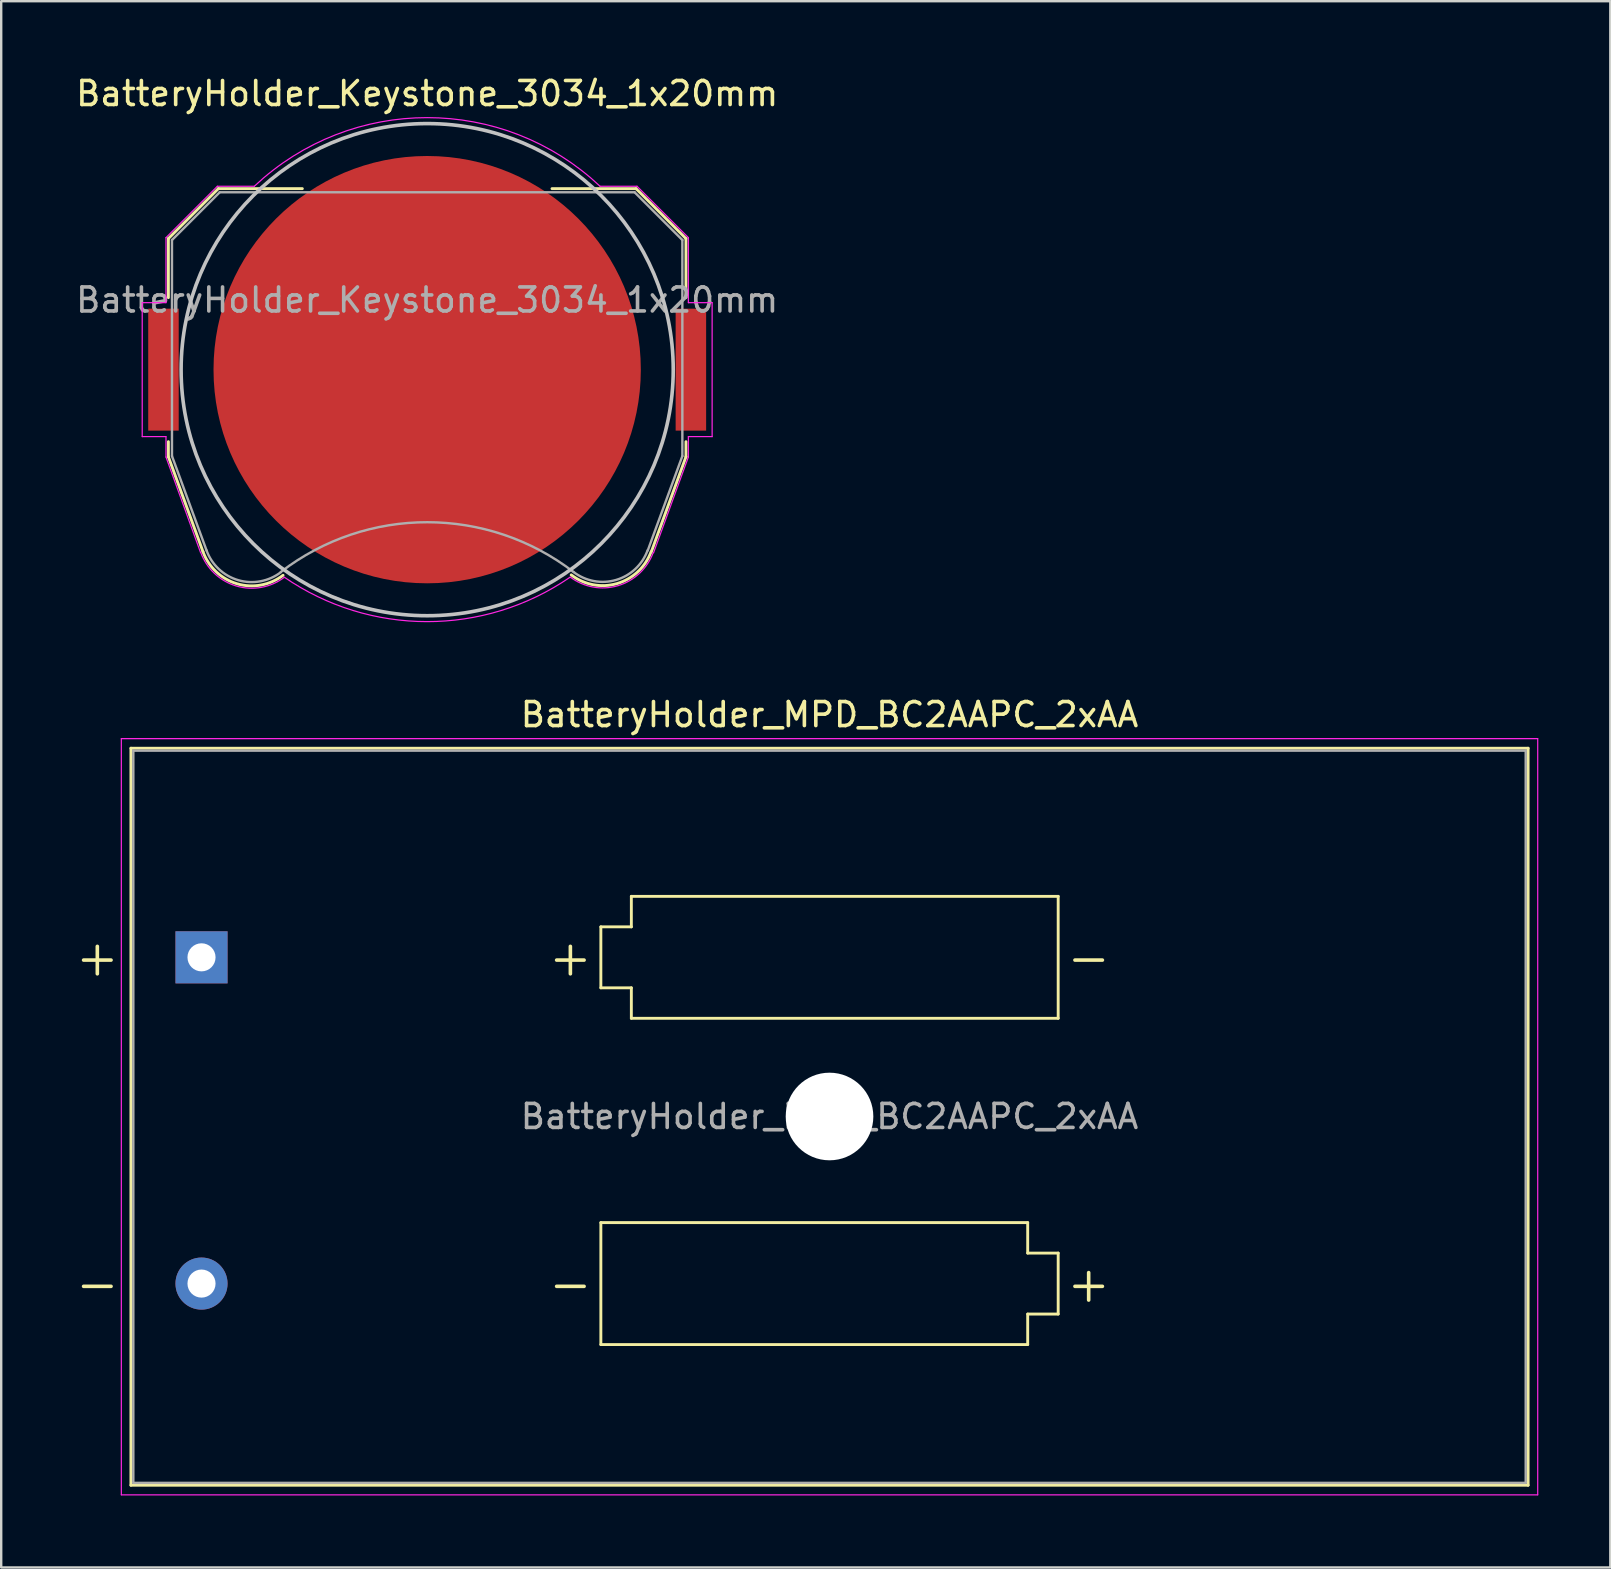
<source format=kicad_pcb>
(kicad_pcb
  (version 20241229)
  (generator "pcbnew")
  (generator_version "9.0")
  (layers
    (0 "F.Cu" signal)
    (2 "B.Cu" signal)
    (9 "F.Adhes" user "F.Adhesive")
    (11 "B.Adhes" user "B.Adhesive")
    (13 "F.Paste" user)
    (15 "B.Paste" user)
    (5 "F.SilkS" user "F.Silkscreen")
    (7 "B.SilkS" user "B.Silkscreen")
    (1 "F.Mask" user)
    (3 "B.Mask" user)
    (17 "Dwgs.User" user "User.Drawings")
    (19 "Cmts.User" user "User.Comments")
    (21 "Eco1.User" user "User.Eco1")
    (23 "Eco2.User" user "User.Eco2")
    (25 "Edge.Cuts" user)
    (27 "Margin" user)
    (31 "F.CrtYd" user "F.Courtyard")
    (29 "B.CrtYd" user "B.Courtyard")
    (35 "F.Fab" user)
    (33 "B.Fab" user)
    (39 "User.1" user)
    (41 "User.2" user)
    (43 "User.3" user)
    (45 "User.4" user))
  (footprint "BatteryHolder_MPD_BC2AAPC_2xAA"
    (layer "F.Cu")
    (at 5.344 36.828)
    (property "Reference" "BatteryHolder_MPD_BC2AAPC_2xAA" (at 26.16 -10.11 0) (layer "F.SilkS") (effects (font (size 1 1) (thickness 0.15))))
    (attr through_hole)
    (fp_line (start -2.94 -8.71) (end -2.94 21.99) (stroke (width 0.12) (type solid)) (layer "F.SilkS"))
    (fp_line (start -2.94 21.99) (end 55.26 21.99) (stroke (width 0.12) (type solid)) (layer "F.SilkS"))
    (fp_line (start 16.635 -1.27) (end 17.905 -1.27) (stroke (width 0.12) (type solid)) (layer "F.SilkS"))
    (fp_line (start 16.635 1.27) (end 16.635 -1.27) (stroke (width 0.12) (type solid)) (layer "F.SilkS"))
    (fp_line (start 16.635 11.05) (end 16.635 16.13) (stroke (width 0.12) (type solid)) (layer "F.SilkS"))
    (fp_line (start 16.635 16.13) (end 34.415 16.13) (stroke (width 0.12) (type solid)) (layer "F.SilkS"))
    (fp_line (start 17.905 -2.54) (end 35.685 -2.54) (stroke (width 0.12) (type solid)) (layer "F.SilkS"))
    (fp_line (start 17.905 -1.27) (end 17.905 -2.54) (stroke (width 0.12) (type solid)) (layer "F.SilkS"))
    (fp_line (start 17.905 1.27) (end 16.635 1.27) (stroke (width 0.12) (type solid)) (layer "F.SilkS"))
    (fp_line (start 17.905 2.54) (end 17.905 1.27) (stroke (width 0.12) (type solid)) (layer "F.SilkS"))
    (fp_line (start 34.415 11.05) (end 16.635 11.05) (stroke (width 0.12) (type solid)) (layer "F.SilkS"))
    (fp_line (start 34.415 12.32) (end 34.415 11.05) (stroke (width 0.12) (type solid)) (layer "F.SilkS"))
    (fp_line (start 34.415 14.86) (end 35.685 14.86) (stroke (width 0.12) (type solid)) (layer "F.SilkS"))
    (fp_line (start 34.415 16.13) (end 34.415 14.86) (stroke (width 0.12) (type solid)) (layer "F.SilkS"))
    (fp_line (start 35.685 -2.54) (end 35.685 2.54) (stroke (width 0.12) (type solid)) (layer "F.SilkS"))
    (fp_line (start 35.685 2.54) (end 17.905 2.54) (stroke (width 0.12) (type solid)) (layer "F.SilkS"))
    (fp_line (start 35.685 12.32) (end 34.415 12.32) (stroke (width 0.12) (type solid)) (layer "F.SilkS"))
    (fp_line (start 35.685 14.86) (end 35.685 12.32) (stroke (width 0.12) (type solid)) (layer "F.SilkS"))
    (fp_line (start 55.26 -8.71) (end -2.94 -8.71) (stroke (width 0.12) (type solid)) (layer "F.SilkS"))
    (fp_line (start 55.26 21.99) (end 55.26 -8.71) (stroke (width 0.12) (type solid)) (layer "F.SilkS"))
    (fp_line (start -3.34 -9.11) (end -3.34 22.39) (stroke (width 0.05) (type solid)) (layer "F.CrtYd"))
    (fp_line (start -3.34 22.39) (end 55.66 22.39) (stroke (width 0.05) (type solid)) (layer "F.CrtYd"))
    (fp_line (start 55.66 -9.11) (end -3.34 -9.11) (stroke (width 0.05) (type solid)) (layer "F.CrtYd"))
    (fp_line (start 55.66 22.39) (end 55.66 -9.11) (stroke (width 0.05) (type solid)) (layer "F.CrtYd"))
    (fp_line (start -2.84 -8.61) (end -2.84 21.89) (stroke (width 0.1) (type solid)) (layer "F.Fab"))
    (fp_line (start -2.84 21.89) (end 55.16 21.89) (stroke (width 0.1) (type solid)) (layer "F.Fab"))
    (fp_line (start 55.16 -8.61) (end -2.84 -8.61) (stroke (width 0.1) (type solid)) (layer "F.Fab"))
    (fp_line (start 55.16 21.89) (end 55.16 -8.61) (stroke (width 0.1) (type solid)) (layer "F.Fab"))
    (fp_text user "+" (at 15.365 0 0) (layer "F.SilkS") (effects (font (size 1.5 1.5) (thickness 0.15))))
    (fp_text user "+" (at -4.34 0 0) (layer "F.SilkS") (effects (font (size 1.5 1.5) (thickness 0.15))))
    (fp_text user "-" (at 15.365 13.59 0) (layer "F.SilkS") (effects (font (size 1.5 1.5) (thickness 0.15))))
    (fp_text user "-" (at -4.34 13.59 0) (layer "F.SilkS") (effects (font (size 1.5 1.5) (thickness 0.15))))
    (fp_text user "+" (at 36.955 13.59 0) (layer "F.SilkS") (effects (font (size 1.5 1.5) (thickness 0.15))))
    (fp_text user "-" (at 36.955 0 0) (layer "F.SilkS") (effects (font (size 1.5 1.5) (thickness 0.15))))
    (fp_text user "${REFERENCE}" (at 26.16 6.63 0) (layer "F.Fab") (effects (font (size 1 1) (thickness 0.15))))
    (pad "" np_thru_hole circle (at 26.16 6.63) (size 3.65 3.65) (drill 3.65) (layers "*.Cu" "*.Mask"))
    (pad "1" thru_hole rect (at 0 0) (size 2.17 2.17) (drill 1.17) (layers "*.Cu" "*.Mask"))
    (pad "2" thru_hole circle (at 0 13.59) (size 2.17 2.17) (drill 1.17) (layers "*.Cu" "*.Mask")))
  (footprint "BatteryHolder_Keystone_3034_1x20mm"
    (layer "F.Cu")
    (at 14.744 12.348)
    (property "Reference" "BatteryHolder_Keystone_3034_1x20mm" (at 0 -11.5 0) (layer "F.SilkS") (effects (font (size 1 1) (thickness 0.15))))
    (attr smd)
    (fp_line (start -10.78 -5.46) (end -10.78 -3) (stroke (width 0.12) (type solid)) (layer "F.SilkS"))
    (fp_line (start -10.78 3) (end -10.78 3.63) (stroke (width 0.12) (type solid)) (layer "F.SilkS"))
    (fp_line (start -10.78 3.63) (end -9.34 7.58) (stroke (width 0.12) (type solid)) (layer "F.SilkS"))
    (fp_line (start -8.7 -7.54) (end -10.78 -5.46) (stroke (width 0.12) (type solid)) (layer "F.SilkS"))
    (fp_line (start -5.2 -7.54) (end -8.7 -7.54) (stroke (width 0.12) (type solid)) (layer "F.SilkS"))
    (fp_line (start 8.7 -7.54) (end 5.2 -7.54) (stroke (width 0.12) (type solid)) (layer "F.SilkS"))
    (fp_line (start 8.7 -7.54) (end 10.78 -5.46) (stroke (width 0.12) (type solid)) (layer "F.SilkS"))
    (fp_line (start 10.78 -5.46) (end 10.78 -3) (stroke (width 0.12) (type solid)) (layer "F.SilkS"))
    (fp_line (start 10.78 3) (end 10.78 3.63) (stroke (width 0.12) (type solid)) (layer "F.SilkS"))
    (fp_line (start 10.78 3.63) (end 9.34 7.58) (stroke (width 0.12) (type solid)) (layer "F.SilkS"))
    (fp_arc (start -6.003354 8.56653) (mid -7.921654 8.918738) (end -9.34 7.58) (stroke (width 0.12) (type solid)) (layer "F.SilkS"))
    (fp_arc (start 9.325243 7.588169) (mid 7.90634 8.911668) (end 6 8.55) (stroke (width 0.12) (type solid)) (layer "F.SilkS"))
    (fp_circle (center 0 0) (end 0 10.25) (stroke (width 0.15) (type solid)) (fill no) (layer "Dwgs.User"))
    (fp_line (start -11.87 -2.79) (end -11.87 2.79) (stroke (width 0.05) (type solid)) (layer "F.CrtYd"))
    (fp_line (start -11.87 2.79) (end -10.88 2.79) (stroke (width 0.05) (type solid)) (layer "F.CrtYd"))
    (fp_line (start -10.88 -5.5) (end -10.88 -2.79) (stroke (width 0.05) (type solid)) (layer "F.CrtYd"))
    (fp_line (start -10.88 -2.79) (end -11.87 -2.79) (stroke (width 0.05) (type solid)) (layer "F.CrtYd"))
    (fp_line (start -10.88 2.79) (end -10.88 3.64) (stroke (width 0.05) (type solid)) (layer "F.CrtYd"))
    (fp_line (start -10.88 3.64) (end -9.44 7.62) (stroke (width 0.05) (type solid)) (layer "F.CrtYd"))
    (fp_line (start -8.74 -7.64) (end -10.88 -5.5) (stroke (width 0.05) (type solid)) (layer "F.CrtYd"))
    (fp_line (start -7.2 -7.64) (end -8.74 -7.64) (stroke (width 0.05) (type solid)) (layer "F.CrtYd"))
    (fp_line (start 8.74 -7.64) (end 7.2 -7.64) (stroke (width 0.05) (type solid)) (layer "F.CrtYd"))
    (fp_line (start 9.43 7.63) (end 10.88 3.64) (stroke (width 0.05) (type solid)) (layer "F.CrtYd"))
    (fp_line (start 10.88 -5.5) (end 8.74 -7.64) (stroke (width 0.05) (type solid)) (layer "F.CrtYd"))
    (fp_line (start 10.88 -2.79) (end 10.88 -5.5) (stroke (width 0.05) (type solid)) (layer "F.CrtYd"))
    (fp_line (start 10.88 2.79) (end 11.87 2.79) (stroke (width 0.05) (type solid)) (layer "F.CrtYd"))
    (fp_line (start 10.88 3.64) (end 10.88 2.79) (stroke (width 0.05) (type solid)) (layer "F.CrtYd"))
    (fp_line (start 11.87 -2.79) (end 10.88 -2.79) (stroke (width 0.05) (type solid)) (layer "F.CrtYd"))
    (fp_line (start 11.87 2.79) (end 11.87 -2.79) (stroke (width 0.05) (type solid)) (layer "F.CrtYd"))
    (fp_arc (start -7.199546 -7.640427) (mid 0.000312 -10.498075) (end 7.2 -7.64) (stroke (width 0.05) (type solid)) (layer "F.CrtYd"))
    (fp_arc (start -5.956965 8.654604) (mid -7.953941 9.011629) (end -9.43 7.62) (stroke (width 0.05) (type solid)) (layer "F.CrtYd"))
    (fp_arc (start 5.945368 8.650075) (mid -0.008883 10.496243) (end -5.96 8.64) (stroke (width 0.05) (type solid)) (layer "F.CrtYd"))
    (fp_arc (start 9.415144 7.621341) (mid 7.944017 9.000493) (end 5.96 8.64) (stroke (width 0.05) (type solid)) (layer "F.CrtYd"))
    (fp_line (start -10.63 -5.4) (end -8.64 -7.39) (stroke (width 0.1) (type solid)) (layer "F.Fab"))
    (fp_line (start -10.63 3.6) (end -10.63 -5.4) (stroke (width 0.1) (type solid)) (layer "F.Fab"))
    (fp_line (start -9.19 7.53) (end -10.63 3.6) (stroke (width 0.1) (type solid)) (layer "F.Fab"))
    (fp_line (start -8.64 -7.39) (end 8.64 -7.39) (stroke (width 0.1) (type solid)) (layer "F.Fab"))
    (fp_line (start 8.64 -7.39) (end 10.63 -5.4) (stroke (width 0.1) (type solid)) (layer "F.Fab"))
    (fp_line (start 10.63 -5.4) (end 10.63 3.6) (stroke (width 0.1) (type solid)) (layer "F.Fab"))
    (fp_line (start 10.63 3.6) (end 9.19 7.53) (stroke (width 0.1) (type solid)) (layer "F.Fab"))
    (fp_arc (start -6.096146 8.438508) (mid -7.87328 8.768206) (end -9.19 7.53) (stroke (width 0.1) (type solid)) (layer "F.Fab"))
    (fp_arc (start -6.094852 8.426043) (mid 0.003247 6.355257) (end 6.1 8.43) (stroke (width 0.1) (type solid)) (layer "F.Fab"))
    (fp_arc (start 9.180727 7.528882) (mid 7.868698 8.760067) (end 6.1 8.43) (stroke (width 0.1) (type solid)) (layer "F.Fab"))
    (fp_text user "${REFERENCE}" (at 0 -2.9 0) (layer "F.Fab") (effects (font (size 1 1) (thickness 0.15))))
    (pad "1" smd rect (at -10.985 0) (size 1.27 5.08) (layers "F.Cu" "F.Mask" "F.Paste"))
    (pad "1" smd rect (at 10.985 0) (size 1.27 5.08) (layers "F.Cu" "F.Mask" "F.Paste"))
    (pad "2" smd circle (at 0 0) (size 17.8 17.8) (layers "F.Cu" "F.Mask")))
  (gr_rect
    (start -3 -3)
    (end 64.029 62.243)
    (stroke (width 0.1) (type default))
    (fill no)
    (layer "Edge.Cuts")))
</source>
